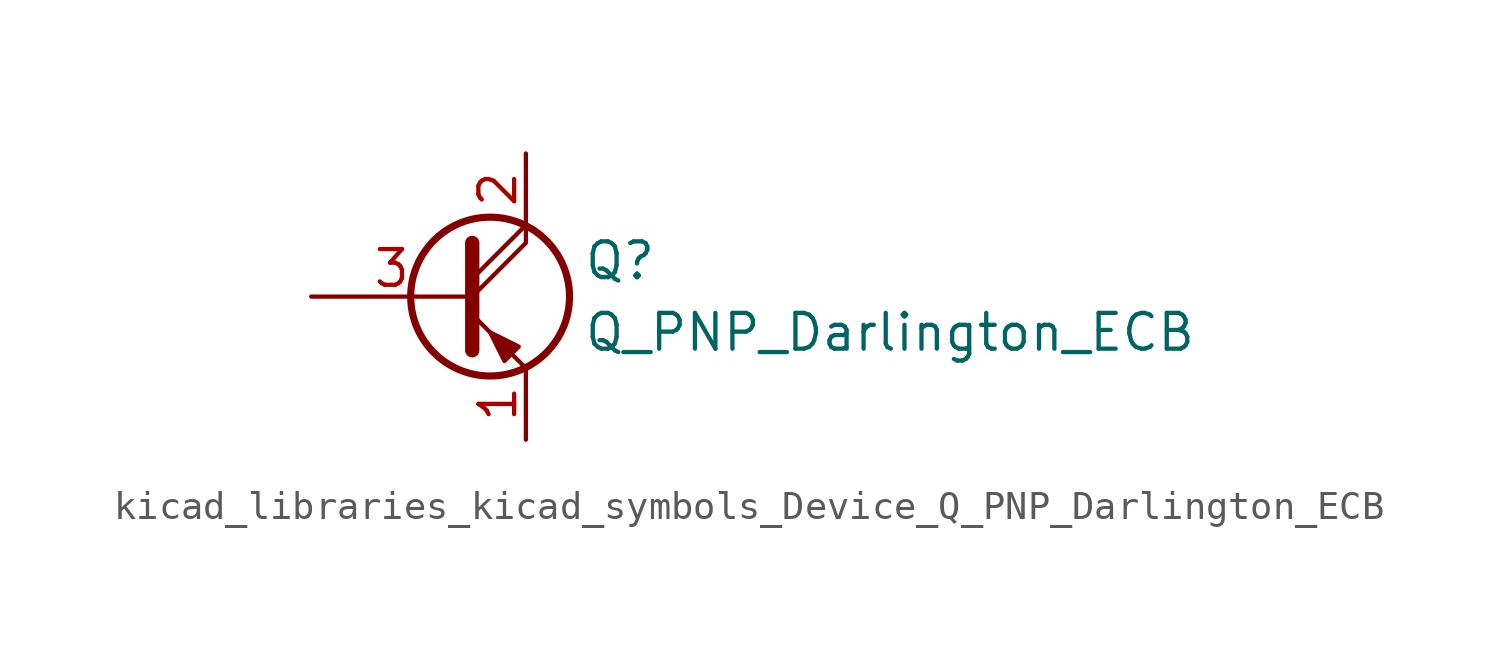
<source format=kicad_sym>
(kicad_symbol_lib
  (version 20220914)
  (generator kicad_symbol_editor)
  (symbol "kicad_libraries_kicad_symbols_Device_Q_PNP_Darlington_ECB"
    (pin_names
      (offset 0) hide)
    (property "Reference" "Q"
      (at 4.572 1.27 0)
      (effects (font (size 1.27 1.27)) (justify left)))
    (property "Value" "Q_PNP_Darlington_ECB"
      (at 4.572 -1.27 0)
      (effects (font (size 1.27 1.27)) (justify left)))
    (symbol "kicad_libraries_kicad_symbols_Device_Q_PNP_Darlington_ECB_0_1"
      (polyline (pts (xy 0.635 0.635) (xy 2.54 2.54)) (stroke (width 0) (type default)) (fill (type none)))
      (polyline (pts (xy 0.635 -0.635) (xy 2.54 -2.54) (xy 2.54 -2.54)) (stroke (width 0) (type default)) (fill (type none)))
      (polyline (pts (xy 0.635 0) (xy 2.54 1.905) (xy 2.54 2.54)) (stroke (width 0) (type default)) (fill (type none)))
      (polyline (pts (xy 0.635 1.905) (xy 0.635 -1.905) (xy 0.635 -1.905)) (stroke (width 0.508) (type default)) (fill (type none)))
      (polyline (pts (xy 2.286 -1.778) (xy 1.778 -2.286) (xy 1.27 -1.27) (xy 2.286 -1.778) (xy 2.286 -1.778)) (stroke (width 0) (type default)) (fill (type outline)))
      (circle (center 1.27 0) (radius 2.819) (stroke (width 0.254) (type default)) (fill (type none))))
    (symbol "kicad_libraries_kicad_symbols_Device_Q_PNP_Darlington_ECB_1_1"
      (pin passive line (at 2.54 -5.08 90) (length 2.54) (name "E" (effects (font (size 1.27 1.27)))) (number "1" (effects (font (size 1.27 1.27)))))
      (pin passive line (at 2.54 5.08 270) (length 2.54) (name "C" (effects (font (size 1.27 1.27)))) (number "2" (effects (font (size 1.27 1.27)))))
      (pin input line (at -5.08 0 0) (length 5.715) (name "B" (effects (font (size 1.27 1.27)))) (number "3" (effects (font (size 1.27 1.27))))))))
</source>
